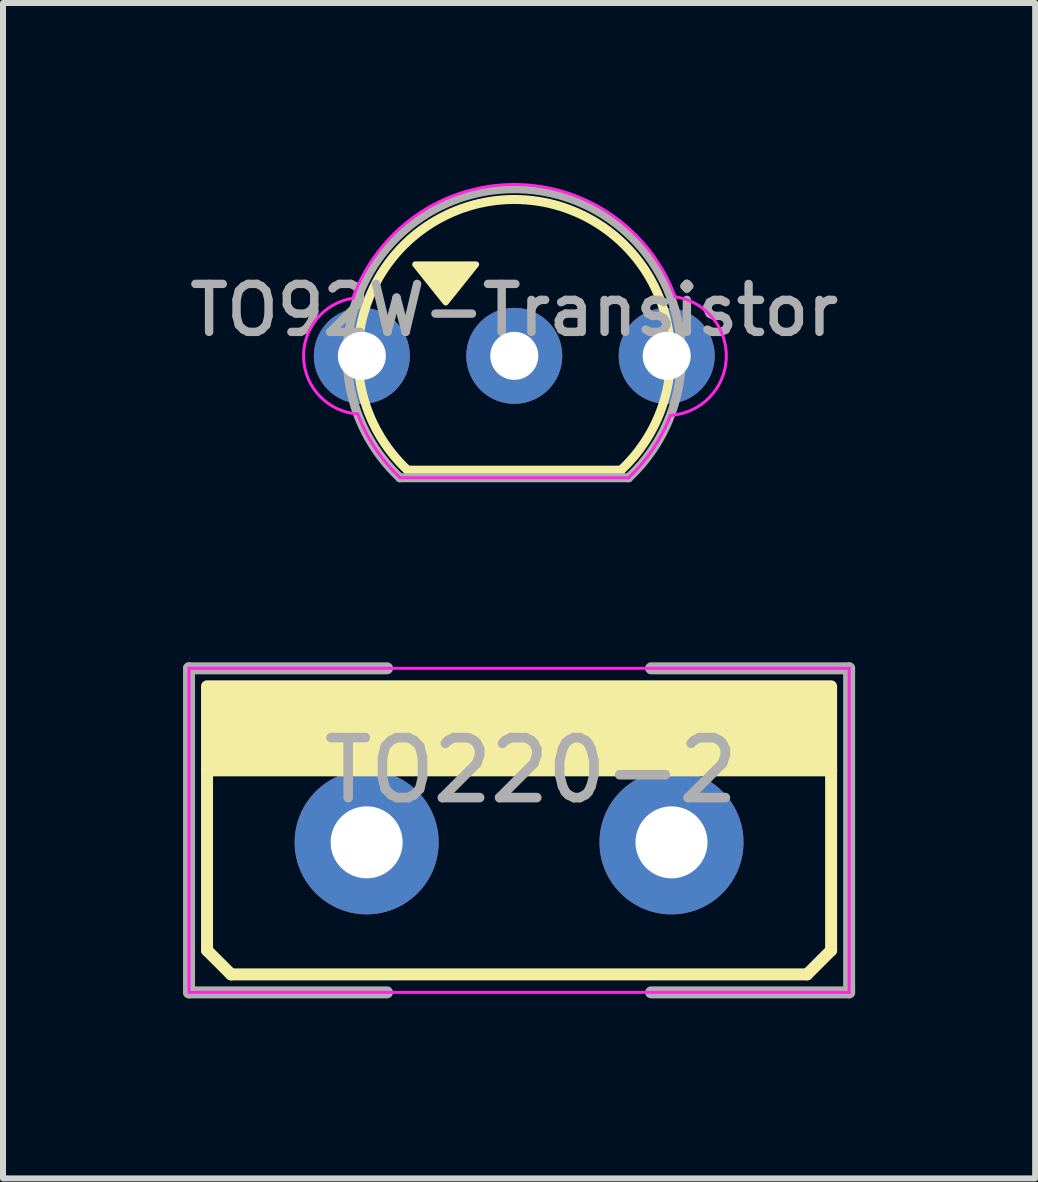
<source format=kicad_pcb>
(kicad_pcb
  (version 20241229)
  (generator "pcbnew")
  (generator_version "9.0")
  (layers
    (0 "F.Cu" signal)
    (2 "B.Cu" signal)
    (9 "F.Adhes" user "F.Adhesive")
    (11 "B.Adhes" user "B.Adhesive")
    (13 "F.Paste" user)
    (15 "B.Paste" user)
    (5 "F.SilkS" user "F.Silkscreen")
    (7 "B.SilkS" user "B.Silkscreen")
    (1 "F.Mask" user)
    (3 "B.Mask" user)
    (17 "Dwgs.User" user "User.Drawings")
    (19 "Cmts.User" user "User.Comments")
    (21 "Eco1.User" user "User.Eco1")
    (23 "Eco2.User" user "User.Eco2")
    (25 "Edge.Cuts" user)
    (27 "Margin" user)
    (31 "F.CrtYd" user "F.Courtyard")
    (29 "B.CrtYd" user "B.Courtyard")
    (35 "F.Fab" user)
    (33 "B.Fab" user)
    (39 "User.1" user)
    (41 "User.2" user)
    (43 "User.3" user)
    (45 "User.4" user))
  (footprint "TO92W-Transistor"
    (layer "F.Cu")
    (at 5.52 2.88)
    (property "Reference" "TO92W-Transistor" (at 0 -0.762 0) (layer "F.Fab") (effects (font (size 0.8 0.8) (thickness 0.14))))
    (attr through_hole)
    (fp_line (start 1.778 1.905) (end -1.778 1.905) (stroke (width 0.15) (type solid)) (layer "F.SilkS"))
    (fp_arc (start -1.779657 1.903452) (mid 0.001134 -2.605822) (end 1.778 1.905) (stroke (width 0.15) (type solid)) (layer "F.SilkS"))
    (fp_poly (pts (xy -1.143 -0.889) (xy -1.651 -1.524) (xy -0.635 -1.524)) (stroke (width 0.1) (type solid)) (fill yes) (layer "F.SilkS"))
    (fp_line (start -1.905 2.032) (end 1.905 2.032) (stroke (width 0.05) (type solid)) (layer "F.CrtYd"))
    (fp_arc (start -2.68898 -0.960163) (mid -0.012444 -2.855236) (end 2.680509 -0.983565) (stroke (width 0.05) (type solid)) (layer "F.CrtYd"))
    (fp_arc (start -2.609011 0.968991) (mid -3.51061 0.040278) (end -2.689058 -0.959942) (stroke (width 0.05) (type solid)) (layer "F.CrtYd"))
    (fp_arc (start -1.904558 2.029419) (mid -2.318233 1.540026) (end -2.609011 0.968991) (stroke (width 0.05) (type solid)) (layer "F.CrtYd"))
    (fp_arc (start 2.602971 0.991252) (mid 2.313274 1.551387) (end 1.904999 2.031999) (stroke (width 0.05) (type solid)) (layer "F.CrtYd"))
    (fp_arc (start 2.681247 -0.983461) (mid 3.532771 0.039406) (end 2.602852 0.991562) (stroke (width 0.05) (type solid)) (layer "F.CrtYd"))
    (fp_line (start -1.905 2.032) (end 1.905 2.032) (stroke (width 0.15) (type solid)) (layer "F.Fab"))
    (fp_arc (start -1.90483 2.032158) (mid -0.000116 -2.785326) (end 1.904999 2.031999) (stroke (width 0.15) (type solid)) (layer "F.Fab"))
    (pad "1" thru_hole circle (at 0 0) (size 1.6 1.6) (drill 0.8) (layers "*.Cu" "*.Mask"))
    (pad "2" thru_hole circle (at 2.54 0) (size 1.6 1.6) (drill 0.8) (layers "*.Cu" "*.Mask"))
    (pad "3" thru_hole circle (at -2.54 0) (size 1.6 1.6) (drill 0.8) (layers "*.Cu" "*.Mask")))
  (footprint "TO220-2"
    (layer "F.Cu")
    (at 5.6 10.987)
    (property "Reference" "TO220-2" (at 0.2 -1.2 0) (layer "F.Fab") (effects (font (size 1 1) (thickness 0.16))))
    (attr through_hole)
    (fp_line (start -5.2 -1.2) (end -5.2 1.8) (stroke (width 0.2) (type solid)) (layer "F.SilkS"))
    (fp_line (start -5.2 1.8) (end -4.8 2.2) (stroke (width 0.2) (type solid)) (layer "F.SilkS"))
    (fp_line (start -4.8 2.2) (end 4.8 2.2) (stroke (width 0.2) (type solid)) (layer "F.SilkS"))
    (fp_line (start 4.8 2.2) (end 5.2 1.8) (stroke (width 0.2) (type solid)) (layer "F.SilkS"))
    (fp_line (start 5.2 1.8) (end 5.2 -1.2) (stroke (width 0.2) (type solid)) (layer "F.SilkS"))
    (fp_poly (pts (xy 5.2 -1.2) (xy -5.2 -1.2) (xy -5.2 -2.6) (xy 5.2 -2.6)) (stroke (width 0.2) (type solid)) (fill yes) (layer "F.SilkS"))
    (fp_line (start -5.5 -2.9) (end -5.5 2.5) (stroke (width 0.05) (type solid)) (layer "F.CrtYd"))
    (fp_line (start -5.5 -2.9) (end 5.5 -2.9) (stroke (width 0.05) (type solid)) (layer "F.CrtYd"))
    (fp_line (start -5.5 2.5) (end 5.5 2.5) (stroke (width 0.05) (type solid)) (layer "F.CrtYd"))
    (fp_line (start 5.5 -2.9) (end 5.5 2.5) (stroke (width 0.05) (type solid)) (layer "F.CrtYd"))
    (fp_line (start -5.5 -2.9) (end -5.5 2.5) (stroke (width 0.2) (type solid)) (layer "F.Fab"))
    (fp_line (start -5.5 -2.9) (end -2.2 -2.9) (stroke (width 0.2) (type solid)) (layer "F.Fab"))
    (fp_line (start -5.5 2.5) (end -2.2 2.5) (stroke (width 0.2) (type solid)) (layer "F.Fab"))
    (fp_line (start 2.2 -2.9) (end 5.5 -2.9) (stroke (width 0.2) (type solid)) (layer "F.Fab"))
    (fp_line (start 2.2 2.5) (end 5.5 2.5) (stroke (width 0.2) (type solid)) (layer "F.Fab"))
    (fp_line (start 5.5 -2.9) (end 5.5 2.5) (stroke (width 0.2) (type solid)) (layer "F.Fab"))
    (pad "1" thru_hole circle (at -2.54 0) (size 2.4 2.4) (drill 1.2) (layers "*.Cu" "*.Mask"))
    (pad "2" thru_hole circle (at 2.54 0) (size 2.4 2.4) (drill 1.2) (layers "*.Cu" "*.Mask")))
  (gr_rect
    (start -3 -3)
    (end 14.2 16.587)
    (stroke (width 0.1) (type default))
    (fill no)
    (layer "Edge.Cuts")))
</source>
